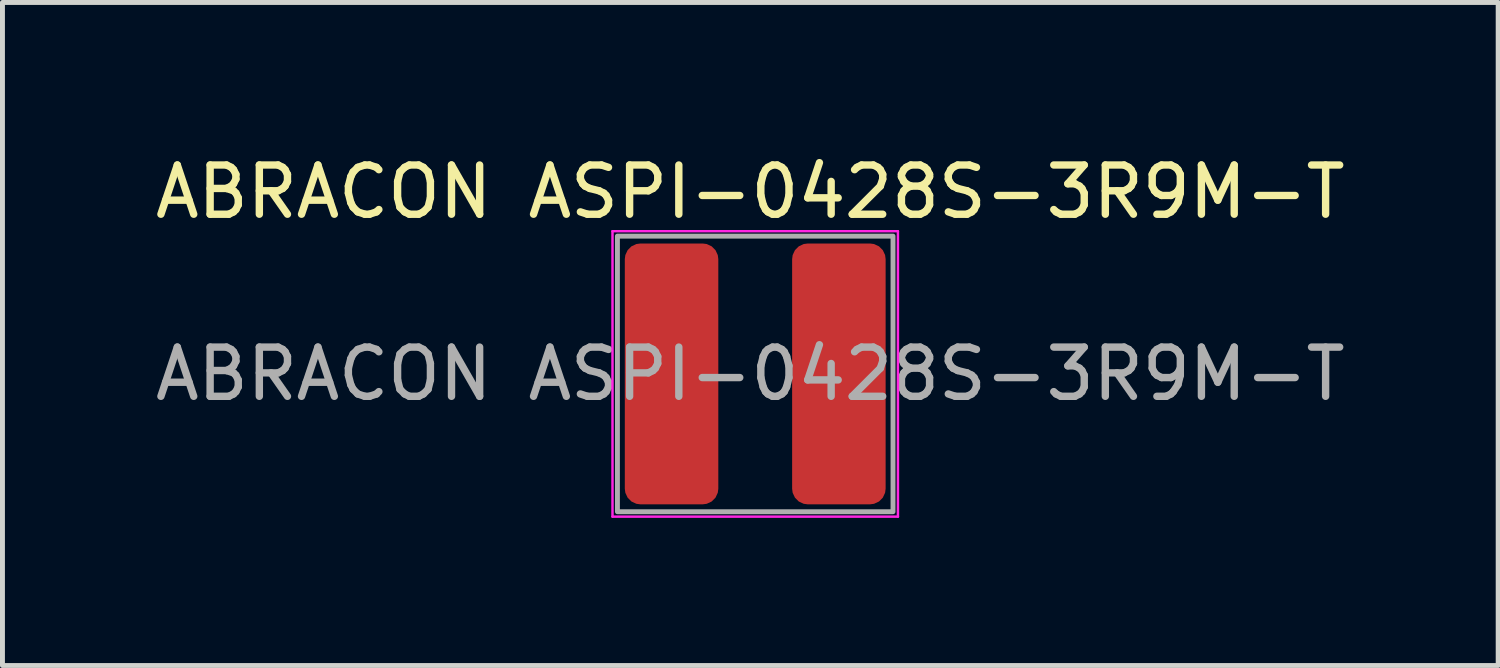
<source format=kicad_pcb>
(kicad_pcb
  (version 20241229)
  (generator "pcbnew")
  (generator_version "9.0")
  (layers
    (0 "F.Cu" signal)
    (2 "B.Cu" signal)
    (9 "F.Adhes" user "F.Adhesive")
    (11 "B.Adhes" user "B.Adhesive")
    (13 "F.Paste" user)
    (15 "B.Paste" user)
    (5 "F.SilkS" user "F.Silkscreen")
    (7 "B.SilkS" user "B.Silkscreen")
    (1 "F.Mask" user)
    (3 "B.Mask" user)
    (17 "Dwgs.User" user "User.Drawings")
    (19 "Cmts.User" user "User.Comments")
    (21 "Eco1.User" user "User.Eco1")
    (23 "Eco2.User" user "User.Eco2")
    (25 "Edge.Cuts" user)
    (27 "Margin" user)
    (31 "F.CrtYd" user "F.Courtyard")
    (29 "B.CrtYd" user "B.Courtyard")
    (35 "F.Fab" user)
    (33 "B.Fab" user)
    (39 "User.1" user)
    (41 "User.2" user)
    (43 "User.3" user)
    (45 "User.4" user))
  (footprint "ABRACON ASPI-0428S-3R9M-T"
    (layer "F.Cu")
    (at 12.196 4.548)
    (property "Reference" "ABRACON ASPI-0428S-3R9M-T" (at 0 -3.7 0) (layer "F.SilkS") (effects (font (size 1 1) (thickness 0.15))))
    (attr smd)
    (fp_line (start -2.8 -2.9) (end 3 -2.9) (stroke (width 0.05) (type solid)) (layer "F.CrtYd"))
    (fp_line (start -2.8 2.9) (end -2.8 -2.9) (stroke (width 0.05) (type solid)) (layer "F.CrtYd"))
    (fp_line (start 3 -2.9) (end 3 2.9) (stroke (width 0.05) (type solid)) (layer "F.CrtYd"))
    (fp_line (start 3 2.9) (end -2.8 2.9) (stroke (width 0.05) (type solid)) (layer "F.CrtYd"))
    (fp_rect (start -2.7 -2.8) (end 2.9 2.8) (stroke (width 0.1) (type solid)) (fill no) (layer "F.Fab"))
    (fp_text user "${REFERENCE}" (at 0 0 0) (layer "F.Fab") (effects (font (size 1 1) (thickness 0.15))))
    (pad "1" smd roundrect (at -1.6 0) (size 1.9 5.3) (layers "F.Cu" "F.Mask" "F.Paste") (roundrect_rratio 0.167))
    (pad "2" smd roundrect (at 1.8 0) (size 1.9 5.3) (layers "F.Cu" "F.Mask" "F.Paste") (roundrect_rratio 0.167)))
  (gr_rect
    (start -3 -3)
    (end 27.393 10.473)
    (stroke (width 0.1) (type default))
    (fill no)
    (layer "Edge.Cuts")))
</source>
